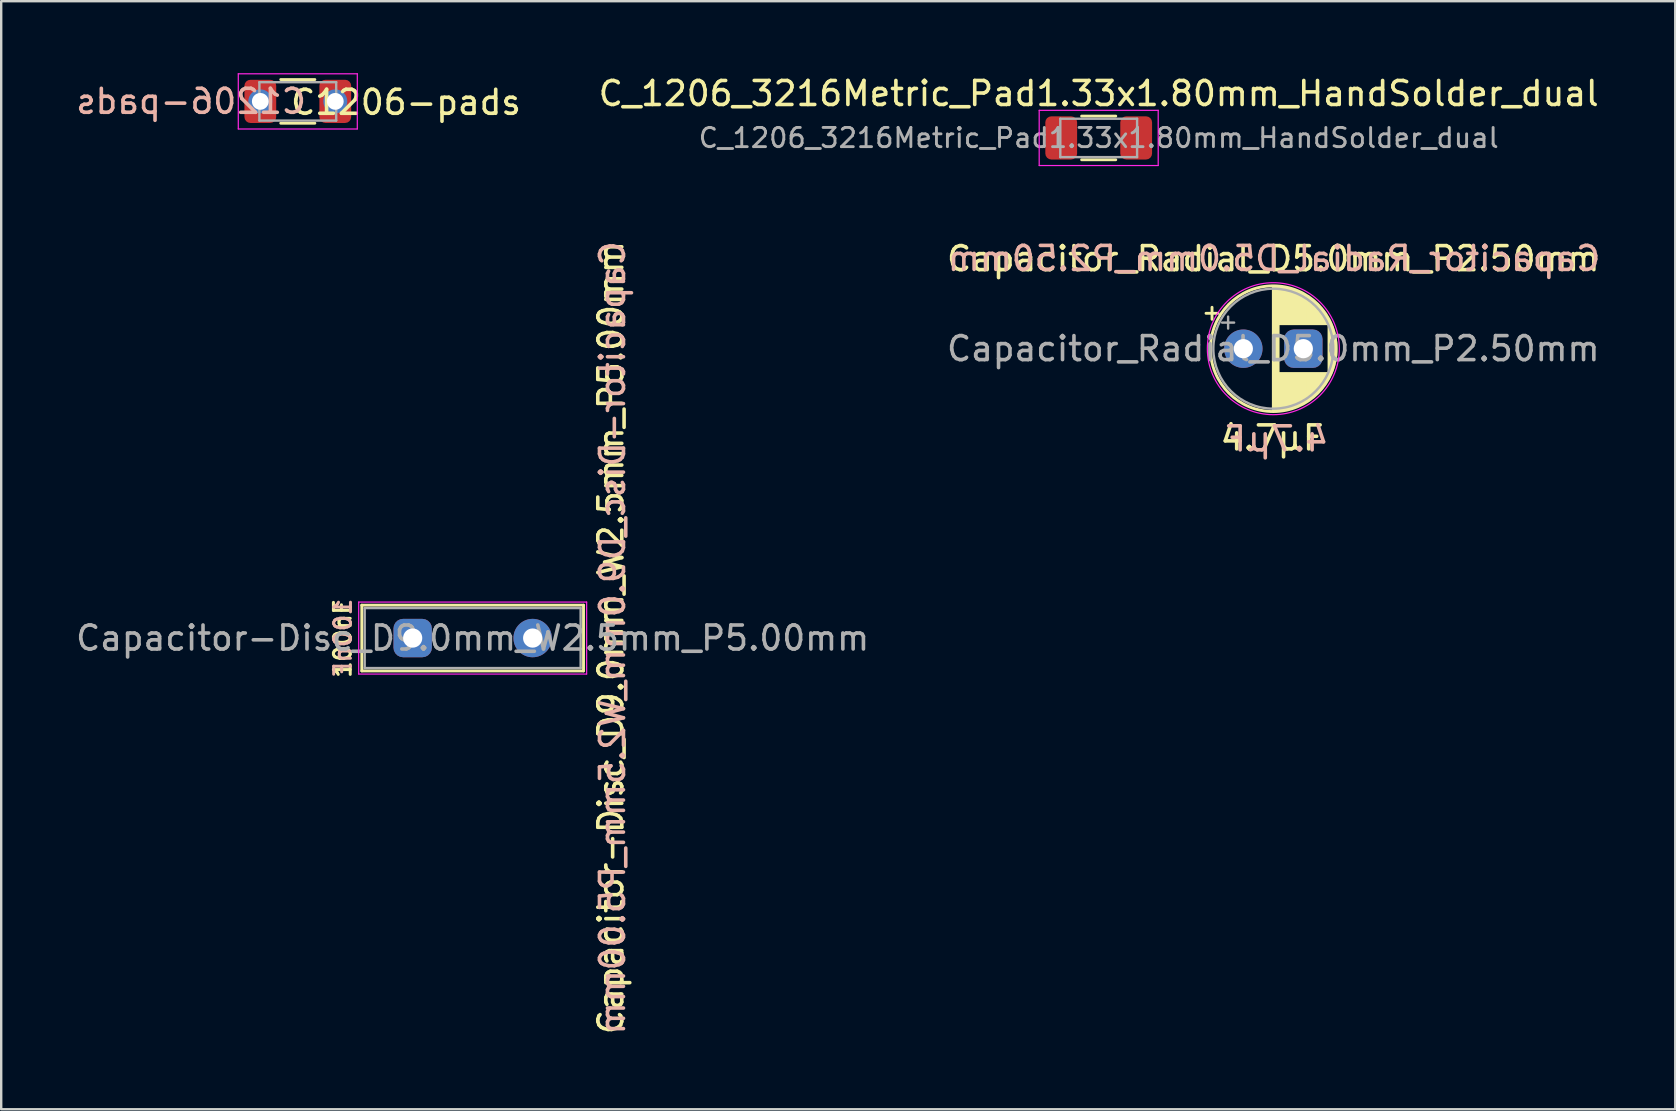
<source format=kicad_pcb>
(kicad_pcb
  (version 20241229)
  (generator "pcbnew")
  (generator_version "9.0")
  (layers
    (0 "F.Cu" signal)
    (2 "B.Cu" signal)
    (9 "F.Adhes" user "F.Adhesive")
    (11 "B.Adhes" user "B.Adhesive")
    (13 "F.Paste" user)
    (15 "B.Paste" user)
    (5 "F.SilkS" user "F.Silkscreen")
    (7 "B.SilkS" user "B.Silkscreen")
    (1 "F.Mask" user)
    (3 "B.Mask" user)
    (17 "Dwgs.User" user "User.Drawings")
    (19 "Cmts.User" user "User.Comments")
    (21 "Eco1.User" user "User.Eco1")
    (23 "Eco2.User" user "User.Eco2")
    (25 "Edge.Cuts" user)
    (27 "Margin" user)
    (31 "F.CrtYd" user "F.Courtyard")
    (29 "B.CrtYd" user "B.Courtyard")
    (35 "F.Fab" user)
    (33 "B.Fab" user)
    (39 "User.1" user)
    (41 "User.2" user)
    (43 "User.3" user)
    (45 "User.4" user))
  (footprint "C_1206_3216Metric_Pad1.33x1.80mm_HandSolder_dual"
    (layer "F.Cu")
    (at 42.74 2.698)
    (property "Reference" "C_1206_3216Metric_Pad1.33x1.80mm_HandSolder_dual" (at 0 -1.85 0) (layer "F.SilkS") (effects (font (size 1 1) (thickness 0.15))))
    (attr smd)
    (fp_line (start -0.711 -0.91) (end 0.711 -0.91) (stroke (width 0.12) (type solid)) (layer "F.SilkS"))
    (fp_line (start -0.711 0.91) (end 0.711 0.91) (stroke (width 0.12) (type solid)) (layer "F.SilkS"))
    (fp_line (start -2.48 -1.15) (end 2.48 -1.15) (stroke (width 0.05) (type solid)) (layer "F.CrtYd"))
    (fp_line (start -2.48 1.15) (end -2.48 -1.15) (stroke (width 0.05) (type solid)) (layer "F.CrtYd"))
    (fp_line (start 2.48 -1.15) (end 2.48 1.15) (stroke (width 0.05) (type solid)) (layer "F.CrtYd"))
    (fp_line (start 2.48 1.15) (end -2.48 1.15) (stroke (width 0.05) (type solid)) (layer "F.CrtYd"))
    (fp_line (start -1.6 -0.8) (end 1.6 -0.8) (stroke (width 0.1) (type solid)) (layer "F.Fab"))
    (fp_line (start -1.6 0.8) (end -1.6 -0.8) (stroke (width 0.1) (type solid)) (layer "F.Fab"))
    (fp_line (start 1.6 -0.8) (end 1.6 0.8) (stroke (width 0.1) (type solid)) (layer "F.Fab"))
    (fp_line (start 1.6 0.8) (end -1.6 0.8) (stroke (width 0.1) (type solid)) (layer "F.Fab"))
    (fp_text user "${REFERENCE}" (at 0 0 0) (layer "F.Fab") (effects (font (size 0.8 0.8) (thickness 0.12))))
    (pad "1" smd roundrect (at -1.562 0) (size 1.325 1.8) (layers "F.Cu" "F.Mask" "F.Paste") (roundrect_rratio 0.189))
    (pad "2" smd roundrect (at 1.562 0) (size 1.325 1.8) (layers "F.Cu" "F.Mask" "F.Paste") (roundrect_rratio 0.189)))
  (footprint "Capacitor-Disc_D9.0mm_W2.5mm_P5.00mm"
    (layer "F.Cu")
    (at 14.149 23.542)
    (property "Reference" "Capacitor-Disc_D9.0mm_W2.5mm_P5.00mm" (at 8.26 -0.02 90) (layer "F.SilkS") (effects (font (size 1 1) (thickness 0.15))))
    (property "Value" "100nF" (at 2.5 2.5 0) (layer "F.Fab") (hide yes) (effects (font (size 1 1) (thickness 0.15))))
    (attr through_hole)
    (fp_line (start -2.12 -1.37) (end -2.12 1.37) (stroke (width 0.12) (type solid)) (layer "F.SilkS"))
    (fp_line (start -2.12 -1.37) (end 7.12 -1.37) (stroke (width 0.12) (type solid)) (layer "F.SilkS"))
    (fp_line (start -2.12 1.37) (end 7.12 1.37) (stroke (width 0.12) (type solid)) (layer "F.SilkS"))
    (fp_line (start 7.12 -1.37) (end 7.12 1.37) (stroke (width 0.12) (type solid)) (layer "F.SilkS"))
    (fp_line (start -2.25 -1.5) (end -2.25 1.5) (stroke (width 0.05) (type solid)) (layer "F.CrtYd"))
    (fp_line (start -2.25 1.5) (end 7.25 1.5) (stroke (width 0.05) (type solid)) (layer "F.CrtYd"))
    (fp_line (start 7.25 -1.5) (end -2.25 -1.5) (stroke (width 0.05) (type solid)) (layer "F.CrtYd"))
    (fp_line (start 7.25 1.5) (end 7.25 -1.5) (stroke (width 0.05) (type solid)) (layer "F.CrtYd"))
    (fp_line (start -2 -1.25) (end -2 1.25) (stroke (width 0.1) (type solid)) (layer "F.Fab"))
    (fp_line (start -2 1.25) (end 7 1.25) (stroke (width 0.1) (type solid)) (layer "F.Fab"))
    (fp_line (start 7 -1.25) (end -2 -1.25) (stroke (width 0.1) (type solid)) (layer "F.Fab"))
    (fp_line (start 7 1.25) (end 7 -1.25) (stroke (width 0.1) (type solid)) (layer "F.Fab"))
    (fp_text user "${VALUE}" (at -2.92 0.03 90) (layer "F.SilkS") (effects (font (size 0.7 0.7) (thickness 0.125) (bold yes))))
    (fp_text user "${VALUE}" (at -2.91 -0.01 270) (layer "B.SilkS") (effects (font (size 0.7 0.7) (thickness 0.125) (bold yes)) (justify mirror)))
    (fp_text user "${REFERENCE}" (at 8.33 -0.01 270) (layer "B.SilkS") (effects (font (size 1 1) (thickness 0.15)) (justify mirror)))
    (fp_text user "${REFERENCE}" (at 2.5 0 0) (layer "F.Fab") (effects (font (size 1 1) (thickness 0.15))))
    (pad "1" thru_hole roundrect (at 0 0) (size 1.6 1.6) (drill 0.8) (layers "*.Cu" "*.Mask") (roundrect_rratio 0.25))
    (pad "2" thru_hole circle (at 5 0) (size 1.6 1.6) (drill 0.8) (layers "*.Cu" "*.Mask")))
  (footprint "C1206-pads"
    (layer "F.Cu")
    (at 9.361 1.175)
    (property "Reference" "C1206-pads" (at 4.51 0.04 0) (layer "F.SilkS") (effects (font (size 1 1) (thickness 0.15))))
    (property "Value" "${REFERENCE}" (at 0 1.85 0) (layer "F.Fab") (hide yes) (effects (font (size 1 1) (thickness 0.15))))
    (attr smd)
    (fp_line (start -0.711 -0.91) (end 0.711 -0.91) (stroke (width 0.12) (type solid)) (layer "F.SilkS"))
    (fp_line (start -0.711 0.91) (end 0.711 0.91) (stroke (width 0.12) (type solid)) (layer "F.SilkS"))
    (fp_line (start -2.48 -1.15) (end 2.48 -1.15) (stroke (width 0.05) (type solid)) (layer "F.CrtYd"))
    (fp_line (start -2.48 1.15) (end -2.48 -1.15) (stroke (width 0.05) (type solid)) (layer "F.CrtYd"))
    (fp_line (start 2.48 -1.15) (end 2.48 1.15) (stroke (width 0.05) (type solid)) (layer "F.CrtYd"))
    (fp_line (start 2.48 1.15) (end -2.48 1.15) (stroke (width 0.05) (type solid)) (layer "F.CrtYd"))
    (fp_line (start -1.6 -0.8) (end 1.6 -0.8) (stroke (width 0.1) (type solid)) (layer "F.Fab"))
    (fp_line (start -1.6 0.8) (end -1.6 -0.8) (stroke (width 0.1) (type solid)) (layer "F.Fab"))
    (fp_line (start 1.6 -0.8) (end 1.6 0.8) (stroke (width 0.1) (type solid)) (layer "F.Fab"))
    (fp_line (start 1.6 0.8) (end -1.6 0.8) (stroke (width 0.1) (type solid)) (layer "F.Fab"))
    (fp_text user "${VALUE}" (at -4.45 0 0) (layer "B.SilkS") (effects (font (size 1 1) (thickness 0.15)) (justify mirror)))
    (pad "1" thru_hole circle (at -1.562 0) (size 1 1) (drill 0.7) (layers "*.Cu" "*.Mask"))
    (pad "1" smd roundrect (at -1.562 0) (size 1.325 1.8) (layers "F.Cu" "F.Mask" "F.Paste") (roundrect_rratio 0.189))
    (pad "2" thru_hole circle (at 1.562 0) (size 1 1) (drill 0.7) (layers "*.Cu" "*.Mask"))
    (pad "2" smd roundrect (at 1.562 0) (size 1.325 1.8) (layers "F.Cu" "F.Mask" "F.Paste") (roundrect_rratio 0.189)))
  (footprint "Capacitor_Radial_D5.0mm_P2.50mm"
    (layer "F.Cu")
    (at 48.768 11.482)
    (property "Reference" "Capacitor_Radial_D5.0mm_P2.50mm" (at 1.25 -3.75 0) (layer "F.SilkS") (effects (font (size 1 1) (thickness 0.15))))
    (property "Value" "4.7µF" (at 1.25 3.75 0) (layer "F.Fab") (hide yes) (effects (font (size 1 1) (thickness 0.15))))
    (attr through_hole)
    (fp_line (start -1.555 -1.475) (end -1.055 -1.475) (stroke (width 0.12) (type solid)) (layer "F.SilkS"))
    (fp_line (start -1.305 -1.725) (end -1.305 -1.225) (stroke (width 0.12) (type solid)) (layer "F.SilkS"))
    (fp_line (start 1.25 -2.58) (end 1.25 2.58) (stroke (width 0.12) (type solid)) (layer "F.SilkS"))
    (fp_line (start 1.29 -2.58) (end 1.29 2.58) (stroke (width 0.12) (type solid)) (layer "F.SilkS"))
    (fp_line (start 1.33 -2.579) (end 1.33 2.579) (stroke (width 0.12) (type solid)) (layer "F.SilkS"))
    (fp_line (start 1.37 -2.578) (end 1.37 2.578) (stroke (width 0.12) (type solid)) (layer "F.SilkS"))
    (fp_line (start 1.41 -2.576) (end 1.41 2.576) (stroke (width 0.12) (type solid)) (layer "F.SilkS"))
    (fp_line (start 1.45 -2.573) (end 1.45 2.573) (stroke (width 0.12) (type solid)) (layer "F.SilkS"))
    (fp_line (start 1.49 -2.569) (end 1.49 -1.04) (stroke (width 0.12) (type solid)) (layer "F.SilkS"))
    (fp_line (start 1.49 1.04) (end 1.49 2.569) (stroke (width 0.12) (type solid)) (layer "F.SilkS"))
    (fp_line (start 1.53 -2.565) (end 1.53 -1.04) (stroke (width 0.12) (type solid)) (layer "F.SilkS"))
    (fp_line (start 1.53 1.04) (end 1.53 2.565) (stroke (width 0.12) (type solid)) (layer "F.SilkS"))
    (fp_line (start 1.57 -2.561) (end 1.57 -1.04) (stroke (width 0.12) (type solid)) (layer "F.SilkS"))
    (fp_line (start 1.57 1.04) (end 1.57 2.561) (stroke (width 0.12) (type solid)) (layer "F.SilkS"))
    (fp_line (start 1.61 -2.556) (end 1.61 -1.04) (stroke (width 0.12) (type solid)) (layer "F.SilkS"))
    (fp_line (start 1.61 1.04) (end 1.61 2.556) (stroke (width 0.12) (type solid)) (layer "F.SilkS"))
    (fp_line (start 1.65 -2.55) (end 1.65 -1.04) (stroke (width 0.12) (type solid)) (layer "F.SilkS"))
    (fp_line (start 1.65 1.04) (end 1.65 2.55) (stroke (width 0.12) (type solid)) (layer "F.SilkS"))
    (fp_line (start 1.69 -2.543) (end 1.69 -1.04) (stroke (width 0.12) (type solid)) (layer "F.SilkS"))
    (fp_line (start 1.69 1.04) (end 1.69 2.543) (stroke (width 0.12) (type solid)) (layer "F.SilkS"))
    (fp_line (start 1.73 -2.536) (end 1.73 -1.04) (stroke (width 0.12) (type solid)) (layer "F.SilkS"))
    (fp_line (start 1.73 1.04) (end 1.73 2.536) (stroke (width 0.12) (type solid)) (layer "F.SilkS"))
    (fp_line (start 1.77 -2.528) (end 1.77 -1.04) (stroke (width 0.12) (type solid)) (layer "F.SilkS"))
    (fp_line (start 1.77 1.04) (end 1.77 2.528) (stroke (width 0.12) (type solid)) (layer "F.SilkS"))
    (fp_line (start 1.81 -2.52) (end 1.81 -1.04) (stroke (width 0.12) (type solid)) (layer "F.SilkS"))
    (fp_line (start 1.81 1.04) (end 1.81 2.52) (stroke (width 0.12) (type solid)) (layer "F.SilkS"))
    (fp_line (start 1.85 -2.511) (end 1.85 -1.04) (stroke (width 0.12) (type solid)) (layer "F.SilkS"))
    (fp_line (start 1.85 1.04) (end 1.85 2.511) (stroke (width 0.12) (type solid)) (layer "F.SilkS"))
    (fp_line (start 1.89 -2.501) (end 1.89 -1.04) (stroke (width 0.12) (type solid)) (layer "F.SilkS"))
    (fp_line (start 1.89 1.04) (end 1.89 2.501) (stroke (width 0.12) (type solid)) (layer "F.SilkS"))
    (fp_line (start 1.93 -2.491) (end 1.93 -1.04) (stroke (width 0.12) (type solid)) (layer "F.SilkS"))
    (fp_line (start 1.93 1.04) (end 1.93 2.491) (stroke (width 0.12) (type solid)) (layer "F.SilkS"))
    (fp_line (start 1.971 -2.48) (end 1.971 -1.04) (stroke (width 0.12) (type solid)) (layer "F.SilkS"))
    (fp_line (start 1.971 1.04) (end 1.971 2.48) (stroke (width 0.12) (type solid)) (layer "F.SilkS"))
    (fp_line (start 2.011 -2.468) (end 2.011 -1.04) (stroke (width 0.12) (type solid)) (layer "F.SilkS"))
    (fp_line (start 2.011 1.04) (end 2.011 2.468) (stroke (width 0.12) (type solid)) (layer "F.SilkS"))
    (fp_line (start 2.051 -2.455) (end 2.051 -1.04) (stroke (width 0.12) (type solid)) (layer "F.SilkS"))
    (fp_line (start 2.051 1.04) (end 2.051 2.455) (stroke (width 0.12) (type solid)) (layer "F.SilkS"))
    (fp_line (start 2.091 -2.442) (end 2.091 -1.04) (stroke (width 0.12) (type solid)) (layer "F.SilkS"))
    (fp_line (start 2.091 1.04) (end 2.091 2.442) (stroke (width 0.12) (type solid)) (layer "F.SilkS"))
    (fp_line (start 2.131 -2.428) (end 2.131 -1.04) (stroke (width 0.12) (type solid)) (layer "F.SilkS"))
    (fp_line (start 2.131 1.04) (end 2.131 2.428) (stroke (width 0.12) (type solid)) (layer "F.SilkS"))
    (fp_line (start 2.171 -2.414) (end 2.171 -1.04) (stroke (width 0.12) (type solid)) (layer "F.SilkS"))
    (fp_line (start 2.171 1.04) (end 2.171 2.414) (stroke (width 0.12) (type solid)) (layer "F.SilkS"))
    (fp_line (start 2.211 -2.398) (end 2.211 -1.04) (stroke (width 0.12) (type solid)) (layer "F.SilkS"))
    (fp_line (start 2.211 1.04) (end 2.211 2.398) (stroke (width 0.12) (type solid)) (layer "F.SilkS"))
    (fp_line (start 2.251 -2.382) (end 2.251 -1.04) (stroke (width 0.12) (type solid)) (layer "F.SilkS"))
    (fp_line (start 2.251 1.04) (end 2.251 2.382) (stroke (width 0.12) (type solid)) (layer "F.SilkS"))
    (fp_line (start 2.291 -2.365) (end 2.291 -1.04) (stroke (width 0.12) (type solid)) (layer "F.SilkS"))
    (fp_line (start 2.291 1.04) (end 2.291 2.365) (stroke (width 0.12) (type solid)) (layer "F.SilkS"))
    (fp_line (start 2.331 -2.348) (end 2.331 -1.04) (stroke (width 0.12) (type solid)) (layer "F.SilkS"))
    (fp_line (start 2.331 1.04) (end 2.331 2.348) (stroke (width 0.12) (type solid)) (layer "F.SilkS"))
    (fp_line (start 2.371 -2.329) (end 2.371 -1.04) (stroke (width 0.12) (type solid)) (layer "F.SilkS"))
    (fp_line (start 2.371 1.04) (end 2.371 2.329) (stroke (width 0.12) (type solid)) (layer "F.SilkS"))
    (fp_line (start 2.411 -2.31) (end 2.411 -1.04) (stroke (width 0.12) (type solid)) (layer "F.SilkS"))
    (fp_line (start 2.411 1.04) (end 2.411 2.31) (stroke (width 0.12) (type solid)) (layer "F.SilkS"))
    (fp_line (start 2.451 -2.29) (end 2.451 -1.04) (stroke (width 0.12) (type solid)) (layer "F.SilkS"))
    (fp_line (start 2.451 1.04) (end 2.451 2.29) (stroke (width 0.12) (type solid)) (layer "F.SilkS"))
    (fp_line (start 2.491 -2.268) (end 2.491 -1.04) (stroke (width 0.12) (type solid)) (layer "F.SilkS"))
    (fp_line (start 2.491 1.04) (end 2.491 2.268) (stroke (width 0.12) (type solid)) (layer "F.SilkS"))
    (fp_line (start 2.531 -2.247) (end 2.531 -1.04) (stroke (width 0.12) (type solid)) (layer "F.SilkS"))
    (fp_line (start 2.531 1.04) (end 2.531 2.247) (stroke (width 0.12) (type solid)) (layer "F.SilkS"))
    (fp_line (start 2.571 -2.224) (end 2.571 -1.04) (stroke (width 0.12) (type solid)) (layer "F.SilkS"))
    (fp_line (start 2.571 1.04) (end 2.571 2.224) (stroke (width 0.12) (type solid)) (layer "F.SilkS"))
    (fp_line (start 2.611 -2.2) (end 2.611 -1.04) (stroke (width 0.12) (type solid)) (layer "F.SilkS"))
    (fp_line (start 2.611 1.04) (end 2.611 2.2) (stroke (width 0.12) (type solid)) (layer "F.SilkS"))
    (fp_line (start 2.651 -2.175) (end 2.651 -1.04) (stroke (width 0.12) (type solid)) (layer "F.SilkS"))
    (fp_line (start 2.651 1.04) (end 2.651 2.175) (stroke (width 0.12) (type solid)) (layer "F.SilkS"))
    (fp_line (start 2.691 -2.149) (end 2.691 -1.04) (stroke (width 0.12) (type solid)) (layer "F.SilkS"))
    (fp_line (start 2.691 1.04) (end 2.691 2.149) (stroke (width 0.12) (type solid)) (layer "F.SilkS"))
    (fp_line (start 2.731 -2.122) (end 2.731 -1.04) (stroke (width 0.12) (type solid)) (layer "F.SilkS"))
    (fp_line (start 2.731 1.04) (end 2.731 2.122) (stroke (width 0.12) (type solid)) (layer "F.SilkS"))
    (fp_line (start 2.771 -2.095) (end 2.771 -1.04) (stroke (width 0.12) (type solid)) (layer "F.SilkS"))
    (fp_line (start 2.771 1.04) (end 2.771 2.095) (stroke (width 0.12) (type solid)) (layer "F.SilkS"))
    (fp_line (start 2.811 -2.065) (end 2.811 -1.04) (stroke (width 0.12) (type solid)) (layer "F.SilkS"))
    (fp_line (start 2.811 1.04) (end 2.811 2.065) (stroke (width 0.12) (type solid)) (layer "F.SilkS"))
    (fp_line (start 2.851 -2.035) (end 2.851 -1.04) (stroke (width 0.12) (type solid)) (layer "F.SilkS"))
    (fp_line (start 2.851 1.04) (end 2.851 2.035) (stroke (width 0.12) (type solid)) (layer "F.SilkS"))
    (fp_line (start 2.891 -2.004) (end 2.891 -1.04) (stroke (width 0.12) (type solid)) (layer "F.SilkS"))
    (fp_line (start 2.891 1.04) (end 2.891 2.004) (stroke (width 0.12) (type solid)) (layer "F.SilkS"))
    (fp_line (start 2.931 -1.971) (end 2.931 -1.04) (stroke (width 0.12) (type solid)) (layer "F.SilkS"))
    (fp_line (start 2.931 1.04) (end 2.931 1.971) (stroke (width 0.12) (type solid)) (layer "F.SilkS"))
    (fp_line (start 2.971 -1.937) (end 2.971 -1.04) (stroke (width 0.12) (type solid)) (layer "F.SilkS"))
    (fp_line (start 2.971 1.04) (end 2.971 1.937) (stroke (width 0.12) (type solid)) (layer "F.SilkS"))
    (fp_line (start 3.011 -1.901) (end 3.011 -1.04) (stroke (width 0.12) (type solid)) (layer "F.SilkS"))
    (fp_line (start 3.011 1.04) (end 3.011 1.901) (stroke (width 0.12) (type solid)) (layer "F.SilkS"))
    (fp_line (start 3.051 -1.864) (end 3.051 -1.04) (stroke (width 0.12) (type solid)) (layer "F.SilkS"))
    (fp_line (start 3.051 1.04) (end 3.051 1.864) (stroke (width 0.12) (type solid)) (layer "F.SilkS"))
    (fp_line (start 3.091 -1.826) (end 3.091 -1.04) (stroke (width 0.12) (type solid)) (layer "F.SilkS"))
    (fp_line (start 3.091 1.04) (end 3.091 1.826) (stroke (width 0.12) (type solid)) (layer "F.SilkS"))
    (fp_line (start 3.131 -1.785) (end 3.131 -1.04) (stroke (width 0.12) (type solid)) (layer "F.SilkS"))
    (fp_line (start 3.131 1.04) (end 3.131 1.785) (stroke (width 0.12) (type solid)) (layer "F.SilkS"))
    (fp_line (start 3.171 -1.743) (end 3.171 -1.04) (stroke (width 0.12) (type solid)) (layer "F.SilkS"))
    (fp_line (start 3.171 1.04) (end 3.171 1.743) (stroke (width 0.12) (type solid)) (layer "F.SilkS"))
    (fp_line (start 3.211 -1.699) (end 3.211 -1.04) (stroke (width 0.12) (type solid)) (layer "F.SilkS"))
    (fp_line (start 3.211 1.04) (end 3.211 1.699) (stroke (width 0.12) (type solid)) (layer "F.SilkS"))
    (fp_line (start 3.251 -1.653) (end 3.251 -1.04) (stroke (width 0.12) (type solid)) (layer "F.SilkS"))
    (fp_line (start 3.251 1.04) (end 3.251 1.653) (stroke (width 0.12) (type solid)) (layer "F.SilkS"))
    (fp_line (start 3.291 -1.605) (end 3.291 -1.04) (stroke (width 0.12) (type solid)) (layer "F.SilkS"))
    (fp_line (start 3.291 1.04) (end 3.291 1.605) (stroke (width 0.12) (type solid)) (layer "F.SilkS"))
    (fp_line (start 3.331 -1.554) (end 3.331 -1.04) (stroke (width 0.12) (type solid)) (layer "F.SilkS"))
    (fp_line (start 3.331 1.04) (end 3.331 1.554) (stroke (width 0.12) (type solid)) (layer "F.SilkS"))
    (fp_line (start 3.371 -1.5) (end 3.371 -1.04) (stroke (width 0.12) (type solid)) (layer "F.SilkS"))
    (fp_line (start 3.371 1.04) (end 3.371 1.5) (stroke (width 0.12) (type solid)) (layer "F.SilkS"))
    (fp_line (start 3.411 -1.443) (end 3.411 -1.04) (stroke (width 0.12) (type solid)) (layer "F.SilkS"))
    (fp_line (start 3.411 1.04) (end 3.411 1.443) (stroke (width 0.12) (type solid)) (layer "F.SilkS"))
    (fp_line (start 3.451 -1.383) (end 3.451 -1.04) (stroke (width 0.12) (type solid)) (layer "F.SilkS"))
    (fp_line (start 3.451 1.04) (end 3.451 1.383) (stroke (width 0.12) (type solid)) (layer "F.SilkS"))
    (fp_line (start 3.491 -1.319) (end 3.491 -1.04) (stroke (width 0.12) (type solid)) (layer "F.SilkS"))
    (fp_line (start 3.491 1.04) (end 3.491 1.319) (stroke (width 0.12) (type solid)) (layer "F.SilkS"))
    (fp_line (start 3.531 -1.251) (end 3.531 -1.04) (stroke (width 0.12) (type solid)) (layer "F.SilkS"))
    (fp_line (start 3.531 1.04) (end 3.531 1.251) (stroke (width 0.12) (type solid)) (layer "F.SilkS"))
    (fp_line (start 3.571 -1.178) (end 3.571 1.178) (stroke (width 0.12) (type solid)) (layer "F.SilkS"))
    (fp_line (start 3.611 -1.098) (end 3.611 1.098) (stroke (width 0.12) (type solid)) (layer "F.SilkS"))
    (fp_line (start 3.651 -1.011) (end 3.651 1.011) (stroke (width 0.12) (type solid)) (layer "F.SilkS"))
    (fp_line (start 3.691 -0.915) (end 3.691 0.915) (stroke (width 0.12) (type solid)) (layer "F.SilkS"))
    (fp_line (start 3.731 -0.805) (end 3.731 0.805) (stroke (width 0.12) (type solid)) (layer "F.SilkS"))
    (fp_line (start 3.771 -0.677) (end 3.771 0.677) (stroke (width 0.12) (type solid)) (layer "F.SilkS"))
    (fp_line (start 3.811 -0.518) (end 3.811 0.518) (stroke (width 0.12) (type solid)) (layer "F.SilkS"))
    (fp_line (start 3.851 -0.284) (end 3.851 0.284) (stroke (width 0.12) (type solid)) (layer "F.SilkS"))
    (fp_circle (center 1.25 0) (end 3.87 0) (stroke (width 0.12) (type solid)) (fill no) (layer "F.SilkS"))
    (fp_circle (center 1.25 0) (end 4 0) (stroke (width 0.05) (type solid)) (fill no) (layer "F.CrtYd"))
    (fp_line (start -0.884 -1.087) (end -0.384 -1.087) (stroke (width 0.1) (type solid)) (layer "F.Fab"))
    (fp_line (start -0.634 -1.337) (end -0.634 -0.838) (stroke (width 0.1) (type solid)) (layer "F.Fab"))
    (fp_circle (center 1.25 0) (end 3.75 0) (stroke (width 0.1) (type solid)) (fill no) (layer "F.Fab"))
    (fp_text user "${VALUE}" (at 1.2 3.72 0) (layer "F.SilkS") (effects (font (size 1 1) (thickness 0.15))))
    (fp_text user "${VALUE}" (at 1.39 3.76 0) (layer "B.SilkS") (effects (font (size 1 1) (thickness 0.15)) (justify mirror)))
    (fp_text user "${REFERENCE}" (at 1.28 -3.76 0) (layer "B.SilkS") (effects (font (size 1 1) (thickness 0.15)) (justify mirror)))
    (fp_text user "${REFERENCE}" (at 1.25 0 0) (layer "F.Fab") (effects (font (size 1 1) (thickness 0.15))))
    (pad "1" thru_hole circle (at 0 0) (size 1.6 1.6) (drill 0.8) (layers "*.Cu" "*.Mask"))
    (pad "2" thru_hole roundrect (at 2.5 0) (size 1.6 1.6) (drill 0.8) (layers "*.Cu" "*.Mask") (roundrect_rratio 0.25)))
  (gr_rect
    (start -3 -3)
    (end 66.768 43.181)
    (stroke (width 0.1) (type default))
    (fill no)
    (layer "Edge.Cuts")))
</source>
